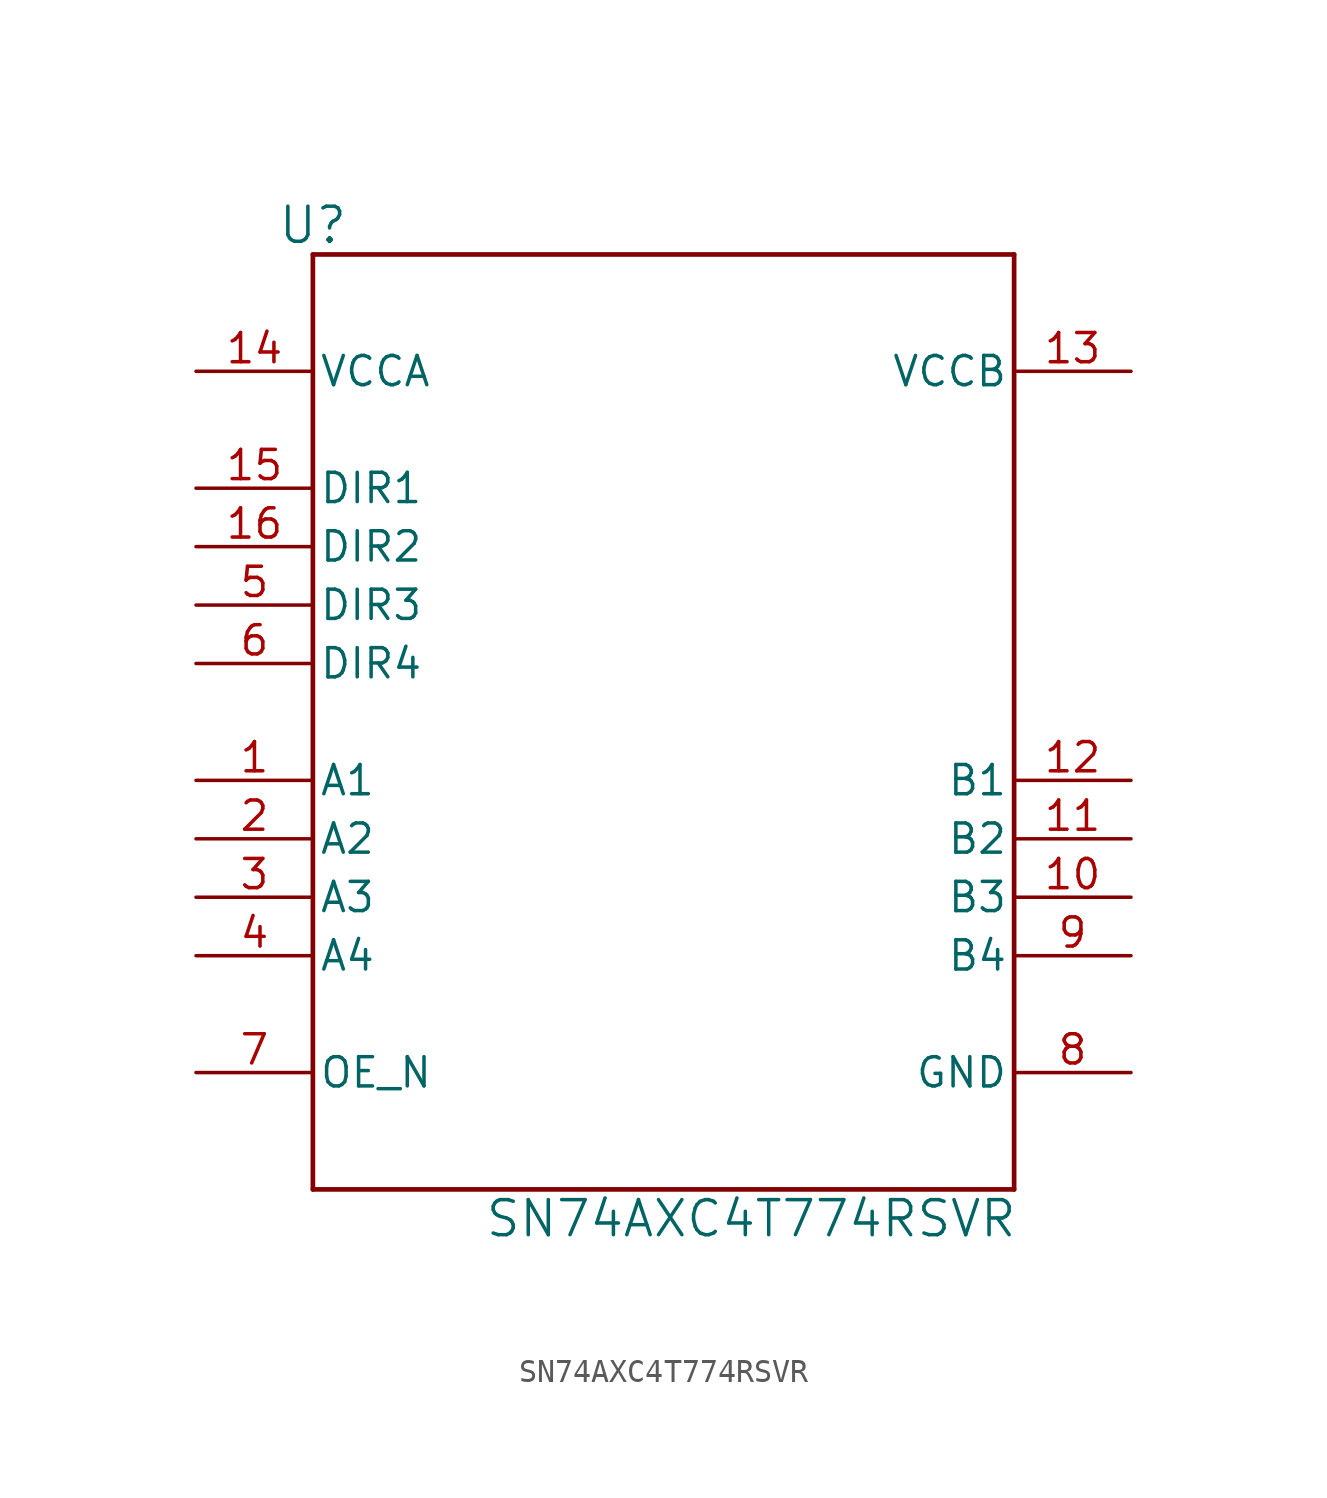
<source format=kicad_sym>
(kicad_symbol_lib
  (version 20220914)
  (generator kicad_symbol_editor)
  (symbol "SN74AXC4T774RSVR"
    (pin_names
      (offset 0.254))
    (property "Reference" "U"
      (at -15.24 21.59 0)
      (effects (font (size 1.524 1.524))))
    (property "Value" "SN74AXC4T774RSVR"
      (at 3.81 -21.59 0)
      (effects (font (size 1.524 1.524))))
    (property "ki_locked" ""
      (at 0 0 0)
      (effects (font (size 1.27 1.27))))
    (symbol "SN74AXC4T774RSVR_0_1"
      (polyline (pts (xy -15.24 -20.32) (xy 15.24 -20.32)) (stroke (width 0.203) (type default)) (fill (type none)))
      (polyline (pts (xy -15.24 20.32) (xy -15.24 -20.32)) (stroke (width 0.203) (type default)) (fill (type none)))
      (polyline (pts (xy 15.24 -20.32) (xy 15.24 20.32)) (stroke (width 0.203) (type default)) (fill (type none)))
      (polyline (pts (xy 15.24 20.32) (xy -15.24 20.32)) (stroke (width 0.203) (type default)) (fill (type none)))
      (pin bidirectional line (at -20.32 -2.54 0) (length 5.08) (name "A1" (effects (font (size 1.27 1.27)))) (number "1" (effects (font (size 1.27 1.27)))))
      (pin bidirectional line (at 20.32 -7.62 180) (length 5.08) (name "B3" (effects (font (size 1.27 1.27)))) (number "10" (effects (font (size 1.27 1.27)))))
      (pin bidirectional line (at 20.32 -5.08 180) (length 5.08) (name "B2" (effects (font (size 1.27 1.27)))) (number "11" (effects (font (size 1.27 1.27)))))
      (pin bidirectional line (at 20.32 -2.54 180) (length 5.08) (name "B1" (effects (font (size 1.27 1.27)))) (number "12" (effects (font (size 1.27 1.27)))))
      (pin power_in line (at 20.32 15.24 180) (length 5.08) (name "VCCB" (effects (font (size 1.27 1.27)))) (number "13" (effects (font (size 1.27 1.27)))))
      (pin power_in line (at -20.32 15.24 0) (length 5.08) (name "VCCA" (effects (font (size 1.27 1.27)))) (number "14" (effects (font (size 1.27 1.27)))))
      (pin input line (at -20.32 10.16 0) (length 5.08) (name "DIR1" (effects (font (size 1.27 1.27)))) (number "15" (effects (font (size 1.27 1.27)))))
      (pin input line (at -20.32 7.62 0) (length 5.08) (name "DIR2" (effects (font (size 1.27 1.27)))) (number "16" (effects (font (size 1.27 1.27)))))
      (pin bidirectional line (at -20.32 -5.08 0) (length 5.08) (name "A2" (effects (font (size 1.27 1.27)))) (number "2" (effects (font (size 1.27 1.27)))))
      (pin bidirectional line (at -20.32 -7.62 0) (length 5.08) (name "A3" (effects (font (size 1.27 1.27)))) (number "3" (effects (font (size 1.27 1.27)))))
      (pin bidirectional line (at -20.32 -10.16 0) (length 5.08) (name "A4" (effects (font (size 1.27 1.27)))) (number "4" (effects (font (size 1.27 1.27)))))
      (pin input line (at -20.32 5.08 0) (length 5.08) (name "DIR3" (effects (font (size 1.27 1.27)))) (number "5" (effects (font (size 1.27 1.27)))))
      (pin input line (at -20.32 2.54 0) (length 5.08) (name "DIR4" (effects (font (size 1.27 1.27)))) (number "6" (effects (font (size 1.27 1.27)))))
      (pin input line (at -20.32 -15.24 0) (length 5.08) (name "OE_N" (effects (font (size 1.27 1.27)))) (number "7" (effects (font (size 1.27 1.27)))))
      (pin power_in line (at 20.32 -15.24 180) (length 5.08) (name "GND" (effects (font (size 1.27 1.27)))) (number "8" (effects (font (size 1.27 1.27)))))
      (pin bidirectional line (at 20.32 -10.16 180) (length 5.08) (name "B4" (effects (font (size 1.27 1.27)))) (number "9" (effects (font (size 1.27 1.27))))))))
</source>
